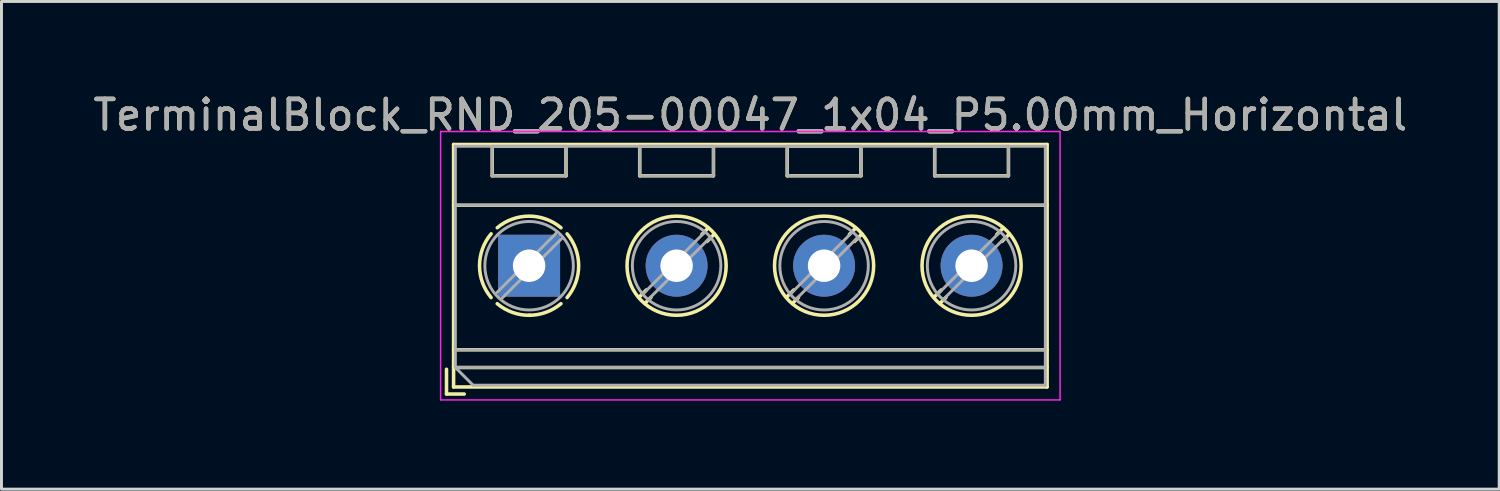
<source format=kicad_pcb>
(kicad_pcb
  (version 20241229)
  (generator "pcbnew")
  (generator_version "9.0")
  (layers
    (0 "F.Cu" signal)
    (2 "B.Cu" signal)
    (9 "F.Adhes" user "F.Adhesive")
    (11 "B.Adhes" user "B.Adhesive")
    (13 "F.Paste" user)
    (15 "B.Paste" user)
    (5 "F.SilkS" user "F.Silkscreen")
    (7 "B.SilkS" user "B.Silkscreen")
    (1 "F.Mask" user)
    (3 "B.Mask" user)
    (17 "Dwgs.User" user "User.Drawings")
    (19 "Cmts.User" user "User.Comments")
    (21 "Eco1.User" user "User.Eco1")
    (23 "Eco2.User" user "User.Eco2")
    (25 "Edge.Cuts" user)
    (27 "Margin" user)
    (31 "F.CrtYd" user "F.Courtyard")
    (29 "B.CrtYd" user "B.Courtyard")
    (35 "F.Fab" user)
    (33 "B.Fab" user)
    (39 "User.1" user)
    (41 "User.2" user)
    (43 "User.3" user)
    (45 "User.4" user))
  (footprint "TerminalBlock_RND_205-00047_1x04_P5.00mm_Horizontal"
    (layer "F.Cu")
    (at 14.887 5.958)
    (property "Reference" "TerminalBlock_RND_205-00047_1x04_P5.00mm_Horizontal" (at 7.5 -5.11 0) (layer "F.SilkS") (effects (font (size 1 1) (thickness 0.15))))
    (attr through_hole)
    (fp_line (start -2.8 3.51) (end -2.8 4.35) (stroke (width 0.12) (type solid)) (layer "F.SilkS"))
    (fp_line (start -2.8 4.35) (end -2.2 4.35) (stroke (width 0.12) (type solid)) (layer "F.SilkS"))
    (fp_line (start -2.56 -4.11) (end -2.56 4.11) (stroke (width 0.12) (type solid)) (layer "F.SilkS"))
    (fp_line (start -2.56 -4.11) (end 17.561 -4.11) (stroke (width 0.12) (type solid)) (layer "F.SilkS"))
    (fp_line (start -2.56 -2.05) (end 17.561 -2.05) (stroke (width 0.12) (type solid)) (layer "F.SilkS"))
    (fp_line (start -2.56 2.85) (end 17.561 2.85) (stroke (width 0.12) (type solid)) (layer "F.SilkS"))
    (fp_line (start -2.56 3.45) (end 17.561 3.45) (stroke (width 0.12) (type solid)) (layer "F.SilkS"))
    (fp_line (start -2.56 4.11) (end 17.561 4.11) (stroke (width 0.12) (type solid)) (layer "F.SilkS"))
    (fp_line (start -1.25 -4.05) (end -1.25 -3.05) (stroke (width 0.12) (type solid)) (layer "F.SilkS"))
    (fp_line (start -1.25 -4.05) (end 1.25 -4.05) (stroke (width 0.12) (type solid)) (layer "F.SilkS"))
    (fp_line (start -1.25 -3.05) (end 1.25 -3.05) (stroke (width 0.12) (type solid)) (layer "F.SilkS"))
    (fp_line (start 1.25 -4.05) (end 1.25 -3.05) (stroke (width 0.12) (type solid)) (layer "F.SilkS"))
    (fp_line (start 3.75 -4.05) (end 3.75 -3.05) (stroke (width 0.12) (type solid)) (layer "F.SilkS"))
    (fp_line (start 3.75 -4.05) (end 6.25 -4.05) (stroke (width 0.12) (type solid)) (layer "F.SilkS"))
    (fp_line (start 3.75 -3.05) (end 6.25 -3.05) (stroke (width 0.12) (type solid)) (layer "F.SilkS"))
    (fp_line (start 3.972 0.823) (end 3.726 1.069) (stroke (width 0.12) (type solid)) (layer "F.SilkS"))
    (fp_line (start 4.13 1.075) (end 3.931 1.274) (stroke (width 0.12) (type solid)) (layer "F.SilkS"))
    (fp_line (start 6.07 -1.275) (end 5.859 -1.064) (stroke (width 0.12) (type solid)) (layer "F.SilkS"))
    (fp_line (start 6.25 -4.05) (end 6.25 -3.05) (stroke (width 0.12) (type solid)) (layer "F.SilkS"))
    (fp_line (start 6.275 -1.069) (end 6.029 -0.823) (stroke (width 0.12) (type solid)) (layer "F.SilkS"))
    (fp_line (start 8.75 -4.05) (end 8.75 -3.05) (stroke (width 0.12) (type solid)) (layer "F.SilkS"))
    (fp_line (start 8.75 -4.05) (end 11.25 -4.05) (stroke (width 0.12) (type solid)) (layer "F.SilkS"))
    (fp_line (start 8.75 -3.05) (end 11.25 -3.05) (stroke (width 0.12) (type solid)) (layer "F.SilkS"))
    (fp_line (start 8.972 0.823) (end 8.726 1.069) (stroke (width 0.12) (type solid)) (layer "F.SilkS"))
    (fp_line (start 9.13 1.075) (end 8.931 1.274) (stroke (width 0.12) (type solid)) (layer "F.SilkS"))
    (fp_line (start 11.07 -1.275) (end 10.859 -1.064) (stroke (width 0.12) (type solid)) (layer "F.SilkS"))
    (fp_line (start 11.25 -4.05) (end 11.25 -3.05) (stroke (width 0.12) (type solid)) (layer "F.SilkS"))
    (fp_line (start 11.275 -1.069) (end 11.029 -0.823) (stroke (width 0.12) (type solid)) (layer "F.SilkS"))
    (fp_line (start 13.75 -4.05) (end 13.75 -3.05) (stroke (width 0.12) (type solid)) (layer "F.SilkS"))
    (fp_line (start 13.75 -4.05) (end 16.25 -4.05) (stroke (width 0.12) (type solid)) (layer "F.SilkS"))
    (fp_line (start 13.75 -3.05) (end 16.25 -3.05) (stroke (width 0.12) (type solid)) (layer "F.SilkS"))
    (fp_line (start 13.972 0.823) (end 13.726 1.069) (stroke (width 0.12) (type solid)) (layer "F.SilkS"))
    (fp_line (start 14.13 1.075) (end 13.931 1.274) (stroke (width 0.12) (type solid)) (layer "F.SilkS"))
    (fp_line (start 16.07 -1.275) (end 15.859 -1.064) (stroke (width 0.12) (type solid)) (layer "F.SilkS"))
    (fp_line (start 16.25 -4.05) (end 16.25 -3.05) (stroke (width 0.12) (type solid)) (layer "F.SilkS"))
    (fp_line (start 16.275 -1.069) (end 16.029 -0.823) (stroke (width 0.12) (type solid)) (layer "F.SilkS"))
    (fp_line (start 17.561 -4.11) (end 17.561 4.11) (stroke (width 0.12) (type solid)) (layer "F.SilkS"))
    (fp_arc (start -1.288062 1.079734) (mid -1.680752 -0.000826) (end -1.287 -1.081) (stroke (width 0.12) (type solid)) (layer "F.SilkS"))
    (fp_arc (start -1.079908 -1.287078) (mid 0.00006 -1.68011) (end 1.08 -1.287) (stroke (width 0.12) (type solid)) (layer "F.SilkS"))
    (fp_arc (start 0.028507 1.680511) (mid -0.561826 1.584071) (end -1.081 1.287) (stroke (width 0.12) (type solid)) (layer "F.SilkS"))
    (fp_arc (start 1.079883 1.286955) (mid 0.574594 1.578684) (end 0 1.68) (stroke (width 0.12) (type solid)) (layer "F.SilkS"))
    (fp_arc (start 1.287078 -1.079908) (mid 1.68011 0.00006) (end 1.287 1.08) (stroke (width 0.12) (type solid)) (layer "F.SilkS"))
    (fp_circle (center 5 0) (end 6.68 0) (stroke (width 0.12) (type solid)) (fill no) (layer "F.SilkS"))
    (fp_circle (center 10 0) (end 11.68 0) (stroke (width 0.12) (type solid)) (fill no) (layer "F.SilkS"))
    (fp_circle (center 15 0) (end 16.68 0) (stroke (width 0.12) (type solid)) (fill no) (layer "F.SilkS"))
    (fp_line (start -3 -4.55) (end -3 4.55) (stroke (width 0.05) (type solid)) (layer "F.CrtYd"))
    (fp_line (start -3 4.55) (end 18 4.55) (stroke (width 0.05) (type solid)) (layer "F.CrtYd"))
    (fp_line (start 18 -4.55) (end -3 -4.55) (stroke (width 0.05) (type solid)) (layer "F.CrtYd"))
    (fp_line (start 18 4.55) (end 18 -4.55) (stroke (width 0.05) (type solid)) (layer "F.CrtYd"))
    (fp_line (start -2.5 -4.05) (end 17.5 -4.05) (stroke (width 0.1) (type solid)) (layer "F.Fab"))
    (fp_line (start -2.5 -2.05) (end 17.5 -2.05) (stroke (width 0.1) (type solid)) (layer "F.Fab"))
    (fp_line (start -2.5 2.85) (end 17.5 2.85) (stroke (width 0.1) (type solid)) (layer "F.Fab"))
    (fp_line (start -2.5 3.45) (end -2.5 -4.05) (stroke (width 0.1) (type solid)) (layer "F.Fab"))
    (fp_line (start -2.5 3.45) (end 17.5 3.45) (stroke (width 0.1) (type solid)) (layer "F.Fab"))
    (fp_line (start -1.9 4.05) (end -2.5 3.45) (stroke (width 0.1) (type solid)) (layer "F.Fab"))
    (fp_line (start -1.25 -4.05) (end -1.25 -3.05) (stroke (width 0.1) (type solid)) (layer "F.Fab"))
    (fp_line (start -1.25 -3.05) (end 1.25 -3.05) (stroke (width 0.1) (type solid)) (layer "F.Fab"))
    (fp_line (start 0.955 -1.138) (end -1.138 0.955) (stroke (width 0.1) (type solid)) (layer "F.Fab"))
    (fp_line (start 1.138 -0.955) (end -0.955 1.138) (stroke (width 0.1) (type solid)) (layer "F.Fab"))
    (fp_line (start 1.25 -4.05) (end -1.25 -4.05) (stroke (width 0.1) (type solid)) (layer "F.Fab"))
    (fp_line (start 1.25 -3.05) (end 1.25 -4.05) (stroke (width 0.1) (type solid)) (layer "F.Fab"))
    (fp_line (start 3.75 -4.05) (end 3.75 -3.05) (stroke (width 0.1) (type solid)) (layer "F.Fab"))
    (fp_line (start 3.75 -3.05) (end 6.25 -3.05) (stroke (width 0.1) (type solid)) (layer "F.Fab"))
    (fp_line (start 5.955 -1.138) (end 3.863 0.955) (stroke (width 0.1) (type solid)) (layer "F.Fab"))
    (fp_line (start 6.138 -0.955) (end 4.046 1.138) (stroke (width 0.1) (type solid)) (layer "F.Fab"))
    (fp_line (start 6.25 -4.05) (end 3.75 -4.05) (stroke (width 0.1) (type solid)) (layer "F.Fab"))
    (fp_line (start 6.25 -3.05) (end 6.25 -4.05) (stroke (width 0.1) (type solid)) (layer "F.Fab"))
    (fp_line (start 8.75 -4.05) (end 8.75 -3.05) (stroke (width 0.1) (type solid)) (layer "F.Fab"))
    (fp_line (start 8.75 -3.05) (end 11.25 -3.05) (stroke (width 0.1) (type solid)) (layer "F.Fab"))
    (fp_line (start 10.955 -1.138) (end 8.863 0.955) (stroke (width 0.1) (type solid)) (layer "F.Fab"))
    (fp_line (start 11.138 -0.955) (end 9.046 1.138) (stroke (width 0.1) (type solid)) (layer "F.Fab"))
    (fp_line (start 11.25 -4.05) (end 8.75 -4.05) (stroke (width 0.1) (type solid)) (layer "F.Fab"))
    (fp_line (start 11.25 -3.05) (end 11.25 -4.05) (stroke (width 0.1) (type solid)) (layer "F.Fab"))
    (fp_line (start 13.75 -4.05) (end 13.75 -3.05) (stroke (width 0.1) (type solid)) (layer "F.Fab"))
    (fp_line (start 13.75 -3.05) (end 16.25 -3.05) (stroke (width 0.1) (type solid)) (layer "F.Fab"))
    (fp_line (start 15.955 -1.138) (end 13.863 0.955) (stroke (width 0.1) (type solid)) (layer "F.Fab"))
    (fp_line (start 16.138 -0.955) (end 14.046 1.138) (stroke (width 0.1) (type solid)) (layer "F.Fab"))
    (fp_line (start 16.25 -4.05) (end 13.75 -4.05) (stroke (width 0.1) (type solid)) (layer "F.Fab"))
    (fp_line (start 16.25 -3.05) (end 16.25 -4.05) (stroke (width 0.1) (type solid)) (layer "F.Fab"))
    (fp_line (start 17.5 -4.05) (end 17.5 4.05) (stroke (width 0.1) (type solid)) (layer "F.Fab"))
    (fp_line (start 17.5 4.05) (end -1.9 4.05) (stroke (width 0.1) (type solid)) (layer "F.Fab"))
    (fp_circle (center 0 0) (end 1.5 0) (stroke (width 0.1) (type solid)) (fill no) (layer "F.Fab"))
    (fp_circle (center 5 0) (end 6.5 0) (stroke (width 0.1) (type solid)) (fill no) (layer "F.Fab"))
    (fp_circle (center 10 0) (end 11.5 0) (stroke (width 0.1) (type solid)) (fill no) (layer "F.Fab"))
    (fp_circle (center 15 0) (end 16.5 0) (stroke (width 0.1) (type solid)) (fill no) (layer "F.Fab"))
    (fp_text user "${REFERENCE}" (at 7.5 -5.11 0) (layer "F.Fab") (effects (font (size 1 1) (thickness 0.15))))
    (pad "1" thru_hole rect (at 0 0) (size 2.1 2.1) (drill 1.1) (layers "*.Cu" "*.Mask"))
    (pad "2" thru_hole circle (at 5 0) (size 2.1 2.1) (drill 1.1) (layers "*.Cu" "*.Mask"))
    (pad "3" thru_hole circle (at 10 0) (size 2.1 2.1) (drill 1.1) (layers "*.Cu" "*.Mask"))
    (pad "4" thru_hole circle (at 15 0) (size 2.1 2.1) (drill 1.1) (layers "*.Cu" "*.Mask")))
  (gr_rect
    (start -3 -3)
    (end 47.774 13.533)
    (stroke (width 0.1) (type default))
    (fill no)
    (layer "Edge.Cuts")))
</source>
